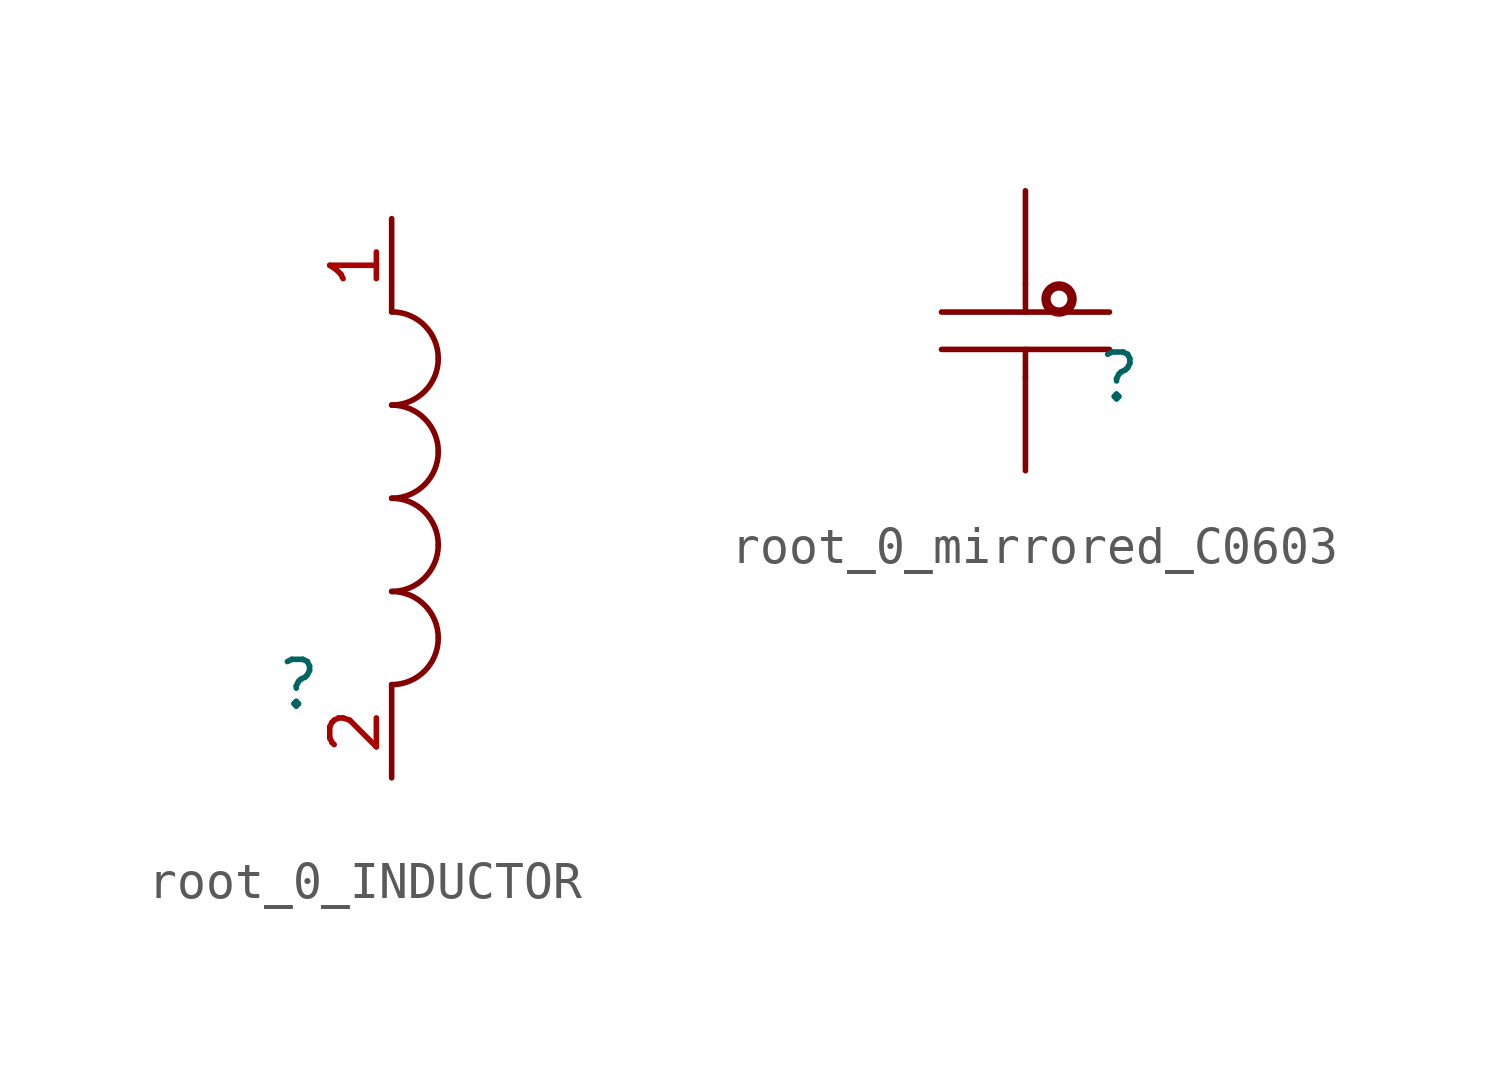
<source format=kicad_sym>
(kicad_symbol_lib
  (version 20220914)
  (generator kicad_symbol_editor)
  (symbol "root_0_INDUCTOR"
    (property "Reference" ""
      (at 0 0 0)
      (effects (font (size 1.27 1.27))))
    (property "Value" ""
      (at 0 0 0)
      (effects (font (size 1.27 1.27))))
    (symbol "root_0_INDUCTOR_1_0"
      (arc (start 2.54 0) (mid 3.438 0.372) (end 3.81 1.27) (stroke (width 0) (type solid)) (fill (type none)))
      (arc (start 2.54 2.54) (mid 3.438 2.912) (end 3.81 3.81) (stroke (width 0) (type solid)) (fill (type none)))
      (arc (start 2.54 5.08) (mid 3.438 5.452) (end 3.81 6.35) (stroke (width 0) (type solid)) (fill (type none)))
      (arc (start 2.54 7.62) (mid 3.438 7.992) (end 3.81 8.89) (stroke (width 0) (type solid)) (fill (type none)))
      (arc (start 3.81 1.27) (mid 3.438 2.168) (end 2.54 2.54) (stroke (width 0) (type solid)) (fill (type none)))
      (arc (start 3.81 3.81) (mid 3.438 4.708) (end 2.54 5.08) (stroke (width 0) (type solid)) (fill (type none)))
      (arc (start 3.81 6.35) (mid 3.438 7.248) (end 2.54 7.62) (stroke (width 0) (type solid)) (fill (type none)))
      (arc (start 3.81 8.89) (mid 3.438 9.788) (end 2.54 10.16) (stroke (width 0) (type solid)) (fill (type none)))
      (pin passive line (at 2.54 12.7 270) (length 2.54) (name "1" (effects (font (size 0 0)))) (number "1" (effects (font (size 1.27 1.27)))))
      (pin passive line (at 2.54 -2.54 90) (length 2.54) (name "2" (effects (font (size 0 0)))) (number "2" (effects (font (size 1.27 1.27)))))))
  (symbol "root_0_mirrored_C0603"
    (property "Reference" ""
      (at 0 0 0)
      (effects (font (size 1.27 1.27))))
    (property "Value" ""
      (at 0 0 0)
      (effects (font (size 1.27 1.27))))
    (symbol "root_0_mirrored_C0603_1_0"
      (circle (center -1.626 2.134) (radius 0.356) (stroke (width 0.254) (type solid)) (fill (type none)))
      (polyline (pts (xy -2.54 0) (xy -2.54 0.762)) (stroke (width 0) (type solid)) (fill (type none)))
      (polyline (pts (xy -2.54 2.54) (xy -2.54 1.778)) (stroke (width 0) (type solid)) (fill (type none)))
      (polyline (pts (xy -0.254 0.762) (xy -4.826 0.762)) (stroke (width 0) (type solid)) (fill (type none)))
      (polyline (pts (xy -0.254 1.778) (xy -4.826 1.778)) (stroke (width 0) (type solid)) (fill (type none)))
      (pin passive line (at -2.54 5.08 270) (length 2.54) (name "1" (effects (font (size 0 0)))) (number "1" (effects (font (size 0 0)))))
      (pin passive line (at -2.54 -2.54 90) (length 2.54) (name "2" (effects (font (size 0 0)))) (number "2" (effects (font (size 0 0))))))))
</source>
